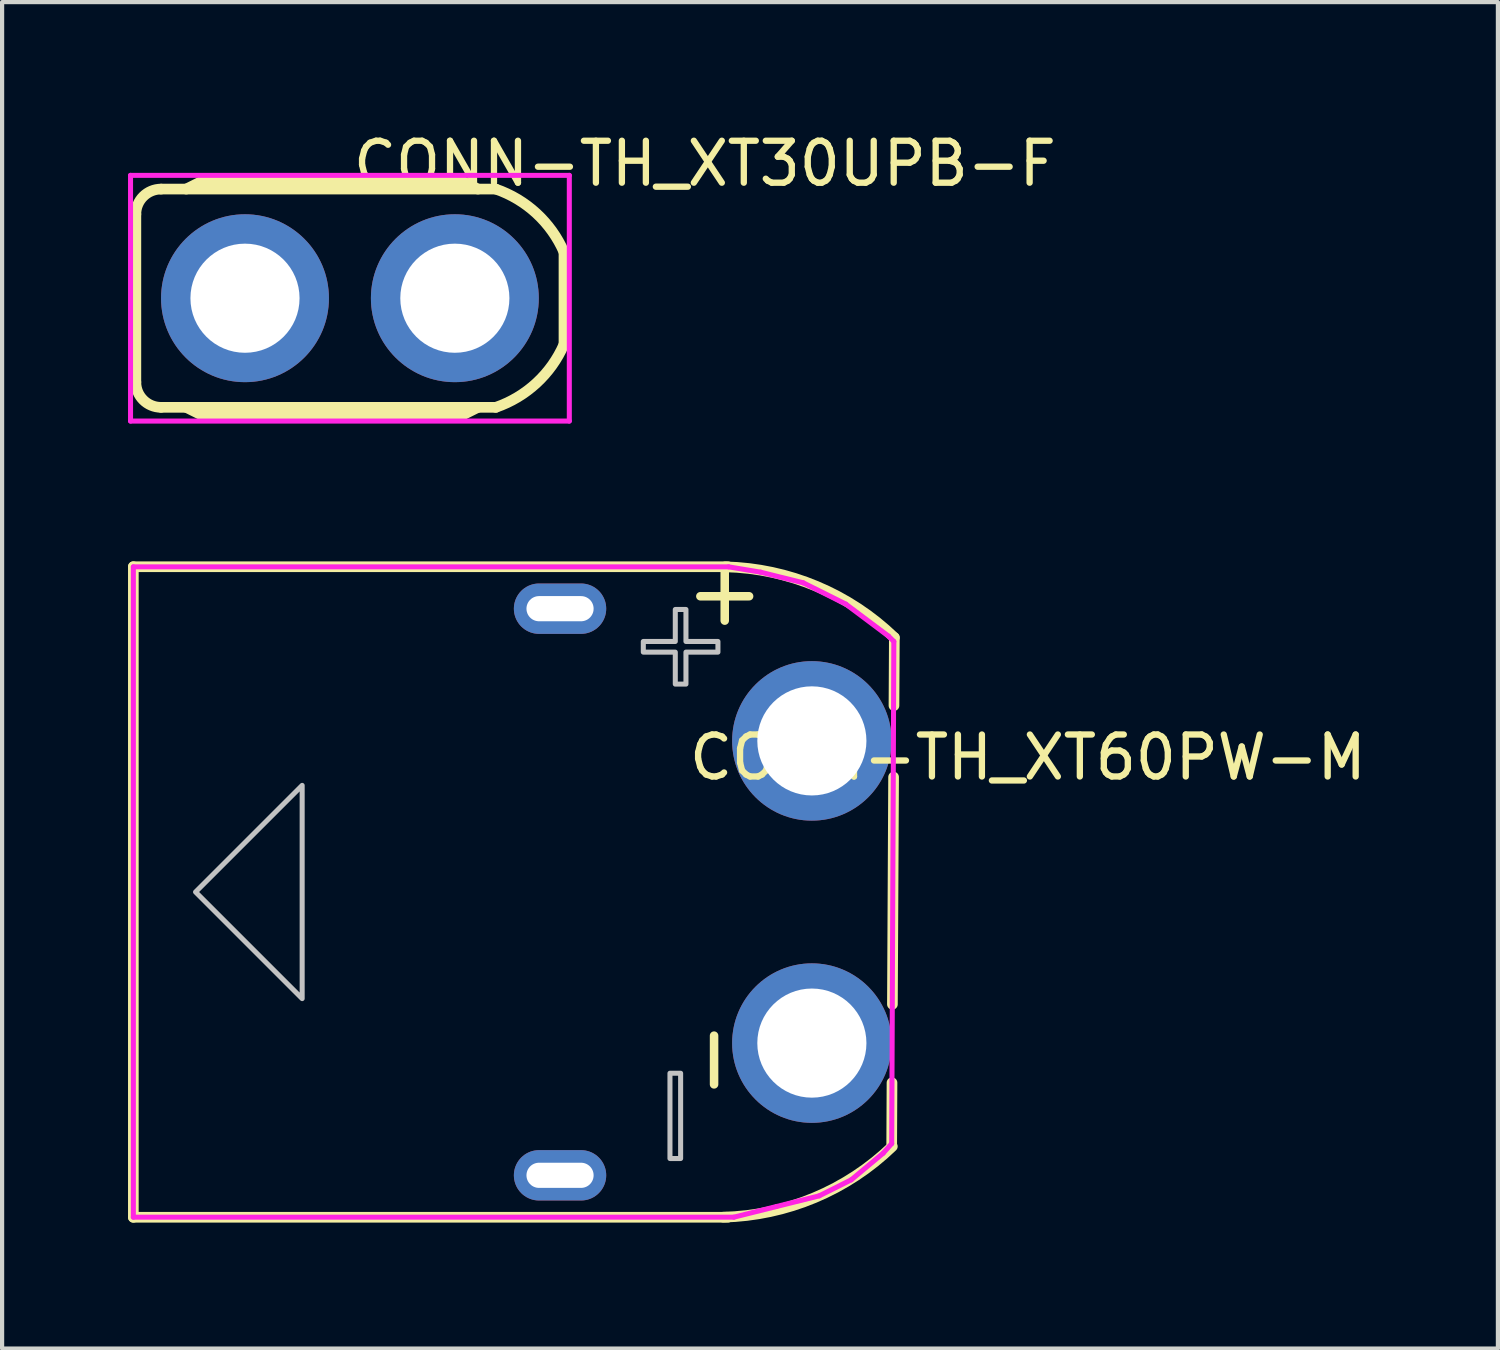
<source format=kicad_pcb>
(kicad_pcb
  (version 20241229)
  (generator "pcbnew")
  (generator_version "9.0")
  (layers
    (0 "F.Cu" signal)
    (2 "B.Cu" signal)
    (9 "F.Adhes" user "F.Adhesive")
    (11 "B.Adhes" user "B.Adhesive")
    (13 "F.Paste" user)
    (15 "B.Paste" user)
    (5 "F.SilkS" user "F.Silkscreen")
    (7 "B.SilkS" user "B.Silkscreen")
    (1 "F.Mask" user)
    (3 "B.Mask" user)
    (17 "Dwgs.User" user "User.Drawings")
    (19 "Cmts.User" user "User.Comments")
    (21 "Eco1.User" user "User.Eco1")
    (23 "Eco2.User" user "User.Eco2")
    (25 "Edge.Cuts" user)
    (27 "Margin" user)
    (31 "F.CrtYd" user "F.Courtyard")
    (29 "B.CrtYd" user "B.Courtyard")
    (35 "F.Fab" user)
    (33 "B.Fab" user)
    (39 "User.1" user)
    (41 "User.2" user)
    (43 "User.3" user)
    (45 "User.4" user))
  (footprint "CONN-TH_XT60PW-M"
    (layer "F.Cu")
    (at 13.293 18.202)
    (property "Reference" "CONN-TH_XT60PW-M" (at 0 -3.207 0) (layer "F.SilkS") (effects (font (size 1 1) (thickness 0.15)) (justify left)))
    (attr through_hole)
    (fp_line (start -13.166 -7.75) (end 1 -7.75) (stroke (width 0.254) (type solid)) (layer "F.SilkS"))
    (fp_line (start -13.166 7.75) (end -13.166 -7.75) (stroke (width 0.254) (type solid)) (layer "F.SilkS"))
    (fp_line (start -13.166 7.75) (end 1 7.75) (stroke (width 0.254) (type solid)) (layer "F.SilkS"))
    (fp_line (start 4.909 4.544) (end 4.902 5.994) (stroke (width 0.254) (type solid)) (layer "F.SilkS"))
    (fp_line (start 4.947 -2.738) (end 4.919 2.676) (stroke (width 0.254) (type solid)) (layer "F.SilkS"))
    (fp_line (start 4.965 -6.062) (end 4.956 -4.441) (stroke (width 0.254) (type solid)) (layer "F.SilkS"))
    (fp_arc (start 0.937089 -7.747228) (mid 3.109781 -7.284013) (end 4.965 -6.062) (stroke (width 0.254) (type solid)) (layer "F.SilkS"))
    (fp_arc (start 4.917 6.062) (mid 3.06178 7.284013) (end 0.889089 7.747228) (stroke (width 0.254) (type solid)) (layer "F.SilkS"))
    (fp_poly (pts (xy -9.144 -2.54) (xy -9.144 2.54) (xy -11.684 0)) (stroke (width 0.12) (type solid)) (fill no) (layer "Dwgs.User"))
    (fp_poly (pts (xy -0.381 4.318) (xy -0.127 4.318) (xy -0.127 6.35) (xy -0.381 6.35)) (stroke (width 0.12) (type solid)) (fill no) (layer "Dwgs.User"))
    (fp_poly (pts (xy -0.254 -6.731) (xy 0 -6.731) (xy 0 -5.969) (xy 0.762 -5.969) (xy 0.762 -5.715) (xy 0 -5.715) (xy 0 -4.953) (xy -0.254 -4.953) (xy -0.254 -5.715) (xy -1.016 -5.715) (xy -1.016 -5.969) (xy -0.254 -5.969)) (stroke (width 0.12) (type solid)) (fill no) (layer "Dwgs.User"))
    (fp_circle (center 3 -3.6) (end 3.5 -3.6) (stroke (width 1) (type solid)) (fill no) (layer "Eco2.User"))
    (fp_circle (center 3 3.6) (end 3.5 3.6) (stroke (width 1) (type solid)) (fill no) (layer "Eco2.User"))
    (fp_circle (center 4.953 7.747) (end 4.983 7.747) (stroke (width 0.06) (type solid)) (fill no) (layer "Eco2.User"))
    (fp_poly (pts (xy -2.4 -6.95) (xy -2.4 -6.55) (xy -3.6 -6.55) (xy -3.6 -6.95)) (stroke (width 0.12) (type solid)) (fill no) (layer "Eco2.User"))
    (fp_poly (pts (xy -2.4 6.55) (xy -2.4 6.95) (xy -3.6 6.95) (xy -3.6 6.55)) (stroke (width 0.12) (type solid)) (fill no) (layer "Eco2.User"))
    (fp_line (start -13.166 -7.747) (end 1.016 -7.747) (stroke (width 0.12) (type solid)) (layer "F.CrtYd"))
    (fp_line (start -13.166 7.747) (end -13.166 -7.747) (stroke (width 0.12) (type solid)) (layer "F.CrtYd"))
    (fp_line (start 1.016 -7.747) (end 1.778 -7.62) (stroke (width 0.12) (type solid)) (layer "F.CrtYd"))
    (fp_line (start 1.143 7.747) (end -13.166 7.747) (stroke (width 0.12) (type solid)) (layer "F.CrtYd"))
    (fp_line (start 1.778 -7.62) (end 2.794 -7.366) (stroke (width 0.12) (type solid)) (layer "F.CrtYd"))
    (fp_line (start 2.159 7.493) (end 1.143 7.747) (stroke (width 0.12) (type solid)) (layer "F.CrtYd"))
    (fp_line (start 2.794 -7.366) (end 3.81 -6.858) (stroke (width 0.12) (type solid)) (layer "F.CrtYd"))
    (fp_line (start 3.175 7.239) (end 2.159 7.493) (stroke (width 0.12) (type solid)) (layer "F.CrtYd"))
    (fp_line (start 3.81 -6.858) (end 4.826 -6.096) (stroke (width 0.12) (type solid)) (layer "F.CrtYd"))
    (fp_line (start 3.937 6.858) (end 3.175 7.239) (stroke (width 0.12) (type solid)) (layer "F.CrtYd"))
    (fp_line (start 4.699 6.223) (end 3.937 6.858) (stroke (width 0.12) (type solid)) (layer "F.CrtYd"))
    (fp_line (start 4.826 -6.096) (end 4.953 -5.969) (stroke (width 0.12) (type solid)) (layer "F.CrtYd"))
    (fp_line (start 4.902 5.994) (end 4.699 6.223) (stroke (width 0.12) (type solid)) (layer "F.CrtYd"))
    (fp_line (start 4.953 -5.969) (end 4.902 5.994) (stroke (width 0.12) (type solid)) (layer "F.CrtYd"))
    (fp_text user "-" (at 0.556 5.08 90) (layer "F.SilkS") (effects (font (size 1.524 1.524) (thickness 0.203)) (justify left)))
    (fp_text user "+" (at 0.81 -5.969 90) (layer "F.SilkS") (effects (font (size 1.524 1.524) (thickness 0.203)) (justify left)))
    (pad "1" thru_hole circle (at 3 3.6 90) (size 3.8 3.8) (drill 2.6) (layers "*.Cu" "*.Mask"))
    (pad "2" thru_hole circle (at 3 -3.6 90) (size 3.8 3.8) (drill 2.6) (layers "*.Cu" "*.Mask"))
    (pad "3" thru_hole oval (at -3 -6.75 90) (size 1.2 2.2) (drill oval 0.6 1.6) (layers "*.Cu" "*.Mask"))
    (pad "4" thru_hole oval (at -3 6.75 90) (size 1.2 2.2) (drill oval 0.6 1.6) (layers "*.Cu" "*.Mask")))
  (footprint "CONN-TH_XT30UPB-F"
    (layer "F.Cu")
    (at 5.287 4.055)
    (property "Reference" "CONN-TH_XT30UPB-F" (at 0 -3.207 0) (layer "F.SilkS") (effects (font (size 1 1) (thickness 0.15)) (justify left)))
    (attr through_hole)
    (fp_line (start -5.1 2) (end -5.1 -2) (stroke (width 0.254) (type solid)) (layer "F.SilkS"))
    (fp_line (start -4.5 -2.6) (end 3.475 -2.6) (stroke (width 0.254) (type solid)) (layer "F.SilkS"))
    (fp_line (start -4.5 2.6) (end 3.475 2.6) (stroke (width 0.254) (type solid)) (layer "F.SilkS"))
    (fp_line (start -3.9 -2.6) (end -3.5 -2.8) (stroke (width 0.254) (type solid)) (layer "F.SilkS"))
    (fp_line (start -3.9 2.6) (end -3.5 2.8) (stroke (width 0.254) (type solid)) (layer "F.SilkS"))
    (fp_line (start 2.65 -2.8) (end -3.5 -2.8) (stroke (width 0.254) (type solid)) (layer "F.SilkS"))
    (fp_line (start 2.65 2.8) (end -3.5 2.8) (stroke (width 0.254) (type solid)) (layer "F.SilkS"))
    (fp_line (start 3.05 -2.6) (end 2.65 -2.8) (stroke (width 0.254) (type solid)) (layer "F.SilkS"))
    (fp_line (start 3.05 2.6) (end 2.65 2.8) (stroke (width 0.254) (type solid)) (layer "F.SilkS"))
    (fp_line (start 5.1 1.1) (end 5.1 -1.1) (stroke (width 0.254) (type solid)) (layer "F.SilkS"))
    (fp_arc (start -5.1 -2) (mid -4.924264 -2.424264) (end -4.5 -2.6) (stroke (width 0.254) (type solid)) (layer "F.SilkS"))
    (fp_arc (start -4.5 2.6) (mid -4.924264 2.424264) (end -5.1 2) (stroke (width 0.254) (type solid)) (layer "F.SilkS"))
    (fp_arc (start 3.475 -2.6) (mid 4.444678 -2.020411) (end 5.09953 -1.099885) (stroke (width 0.254) (type solid)) (layer "F.SilkS"))
    (fp_arc (start 5.1 1.1) (mid 4.445062 2.020706) (end 3.475233 2.600424) (stroke (width 0.254) (type solid)) (layer "F.SilkS"))
    (fp_circle (center -5.227 2.927) (end -5.197 2.927) (stroke (width 0.06) (type solid)) (fill no) (layer "Eco2.User"))
    (fp_circle (center -2.5 0) (end -2.05 0) (stroke (width 0.9) (type solid)) (fill no) (layer "Eco2.User"))
    (fp_circle (center 2.5 0) (end 2.95 0) (stroke (width 0.9) (type solid)) (fill no) (layer "Eco2.User"))
    (fp_line (start -5.227 -2.927) (end 5.227 -2.927) (stroke (width 0.12) (type solid)) (layer "F.CrtYd"))
    (fp_line (start -5.227 2.927) (end -5.227 -2.927) (stroke (width 0.12) (type solid)) (layer "F.CrtYd"))
    (fp_line (start 5.227 -2.927) (end 5.227 2.927) (stroke (width 0.12) (type solid)) (layer "F.CrtYd"))
    (fp_line (start 5.227 2.927) (end -5.227 2.927) (stroke (width 0.12) (type solid)) (layer "F.CrtYd"))
    (pad "1" thru_hole circle (at -2.5 0 90) (size 4 4) (drill 2.6) (layers "*.Cu" "*.Mask"))
    (pad "2" thru_hole circle (at 2.5 0 90) (size 4 4) (drill 2.6) (layers "*.Cu" "*.Mask")))
  (gr_rect
    (start -3 -3)
    (end 32.638 29.079)
    (stroke (width 0.1) (type default))
    (fill no)
    (layer "Edge.Cuts")))
</source>
